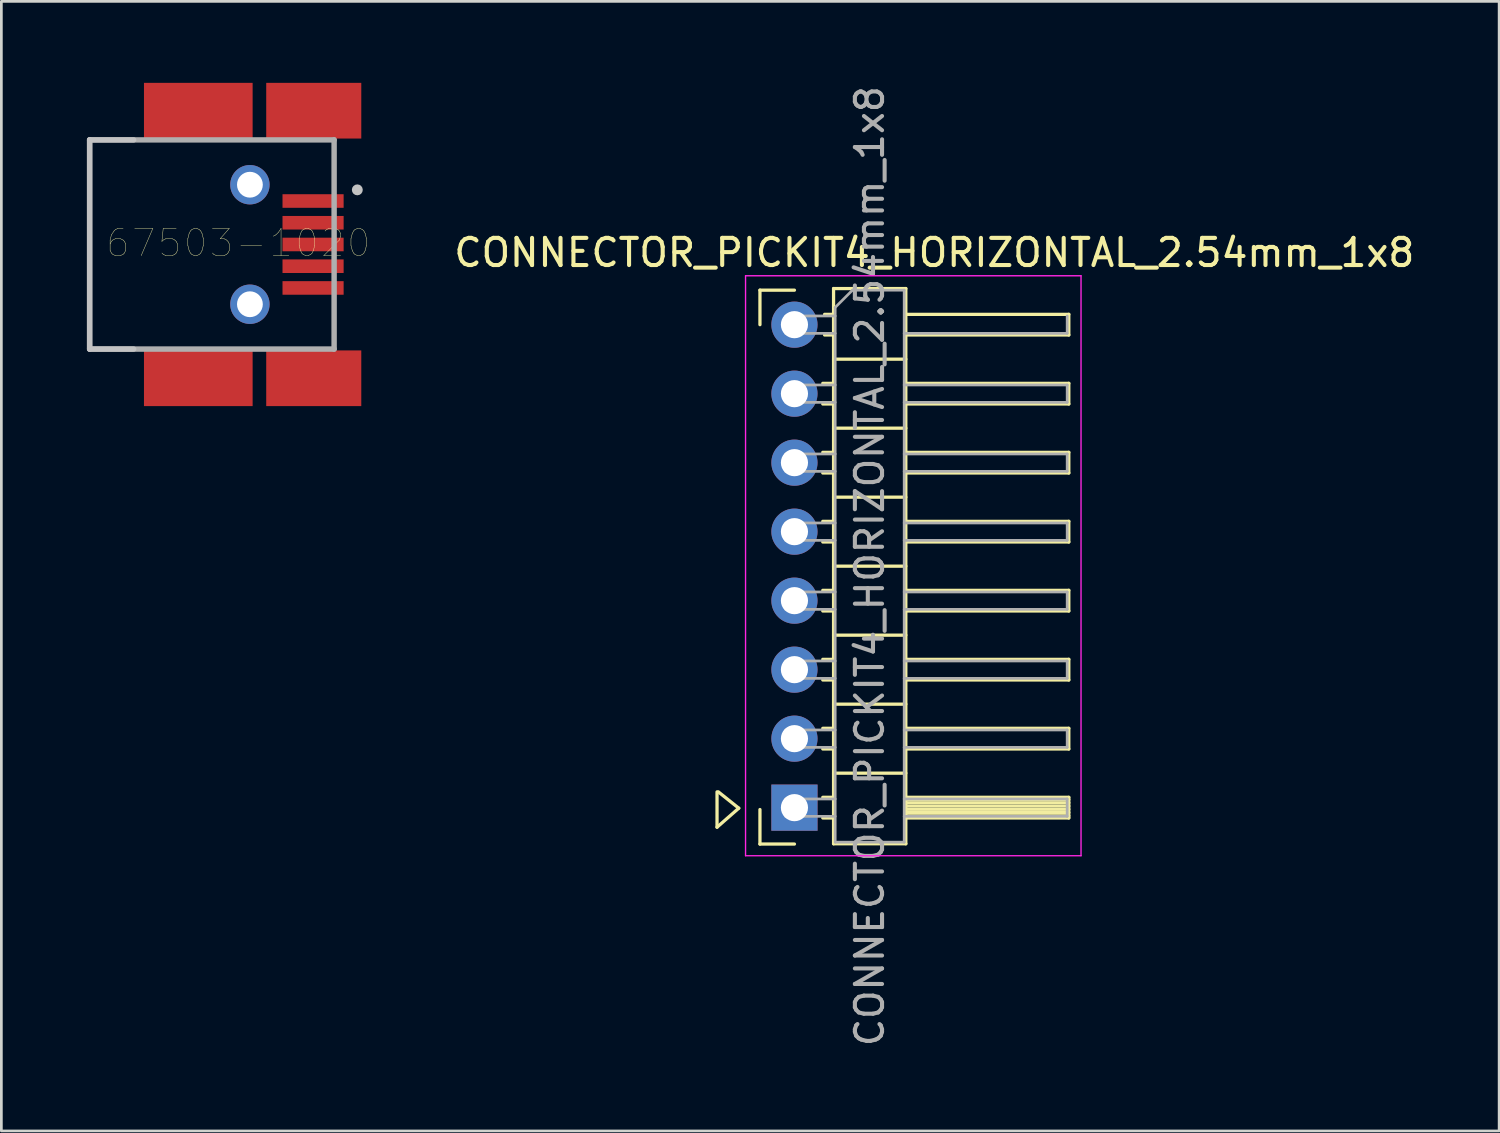
<source format=kicad_pcb>
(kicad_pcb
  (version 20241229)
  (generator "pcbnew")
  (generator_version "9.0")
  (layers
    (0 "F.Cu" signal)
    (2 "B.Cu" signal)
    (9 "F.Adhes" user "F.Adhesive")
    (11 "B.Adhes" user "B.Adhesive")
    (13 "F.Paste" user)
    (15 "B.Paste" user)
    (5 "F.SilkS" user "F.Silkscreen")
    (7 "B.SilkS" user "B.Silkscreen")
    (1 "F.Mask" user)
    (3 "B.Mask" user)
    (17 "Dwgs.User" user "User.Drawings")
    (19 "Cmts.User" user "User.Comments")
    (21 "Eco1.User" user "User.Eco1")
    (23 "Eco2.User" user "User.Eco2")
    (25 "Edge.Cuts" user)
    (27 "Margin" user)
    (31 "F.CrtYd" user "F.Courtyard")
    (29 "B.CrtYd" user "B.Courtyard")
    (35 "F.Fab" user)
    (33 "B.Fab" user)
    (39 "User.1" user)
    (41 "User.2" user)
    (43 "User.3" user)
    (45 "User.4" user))
  (footprint "67503-1020"
    (layer "F.Cu")
    (at 0.25 5.95)
    (property "Reference" "67503-1020" (at 5.473 -0.053 0) (layer "F.SilkS") (effects (font (size 1.001 1.001) (thickness 0.015))))
    (attr through_hole)
    (fp_line (start 0 -3.85) (end 1.62 -3.85) (stroke (width 0.2) (type solid)) (layer "Dwgs.User"))
    (fp_line (start 0 3.85) (end 0 -3.85) (stroke (width 0.2) (type solid)) (layer "Dwgs.User"))
    (fp_line (start 0 3.85) (end 1.62 3.85) (stroke (width 0.2) (type solid)) (layer "Dwgs.User"))
    (fp_circle (center 9.854 -2.011) (end 9.955 -2.011) (stroke (width 0.2) (type solid)) (fill no) (layer "Dwgs.User"))
    (fp_line (start 0 -3.85) (end 9 -3.85) (stroke (width 0.2) (type solid)) (layer "F.Fab"))
    (fp_line (start 0 3.85) (end 0 -3.85) (stroke (width 0.2) (type solid)) (layer "F.Fab"))
    (fp_line (start 9 -3.85) (end 9 3.85) (stroke (width 0.2) (type solid)) (layer "F.Fab"))
    (fp_line (start 9 3.85) (end 0 3.85) (stroke (width 0.2) (type solid)) (layer "F.Fab"))
    (pad "1" smd rect (at 8.225 -1.6) (size 2.25 0.5) (layers "F.Cu" "F.Mask" "F.Paste"))
    (pad "2" smd rect (at 8.225 -0.8) (size 2.25 0.5) (layers "F.Cu" "F.Mask" "F.Paste"))
    (pad "3" smd rect (at 8.225 0) (size 2.25 0.5) (layers "F.Cu" "F.Mask" "F.Paste"))
    (pad "4" smd rect (at 8.225 0.8) (size 2.25 0.5) (layers "F.Cu" "F.Mask" "F.Paste"))
    (pad "5" smd rect (at 8.225 1.6) (size 2.25 0.5) (layers "F.Cu" "F.Mask" "F.Paste"))
    (pad "6" thru_hole circle (at 5.9 -2.2) (size 1.45 1.45) (drill 0.95) (layers "*.Cu" "*.Mask"))
    (pad "7" thru_hole circle (at 5.9 2.2) (size 1.45 1.45) (drill 0.95) (layers "*.Cu" "*.Mask"))
    (pad "8" smd rect (at 4 4.925) (size 4 2.05) (layers "F.Cu" "F.Mask" "F.Paste"))
    (pad "9" smd rect (at 8.25 4.925) (size 3.5 2.05) (layers "F.Cu" "F.Mask" "F.Paste"))
    (pad "10" smd rect (at 8.25 -4.925) (size 3.5 2.05) (layers "F.Cu" "F.Mask" "F.Paste"))
    (pad "11" smd rect (at 4 -4.925) (size 4 2.05) (layers "F.Cu" "F.Mask" "F.Paste")))
  (footprint "CONNECTOR_PICKIT4_HORIZONTAL_2.54mm_1x8"
    (layer "F.Cu")
    (at 34.696 28.952)
    (property "Reference" "CONNECTOR_PICKIT4_HORIZONTAL_2.54mm_1x8" (at -3.35 -22.7 0) (layer "F.SilkS") (effects (font (size 1 1) (thickness 0.15))))
    (attr through_hole)
    (fp_line (start -11.35 -2.85) (end -11.35 -1.55) (stroke (width 0.12) (type solid)) (layer "F.SilkS"))
    (fp_line (start -11.35 -1.55) (end -10.55 -2.25) (stroke (width 0.12) (type solid)) (layer "F.SilkS"))
    (fp_line (start -10.55 -2.25) (end -11.3 -2.85) (stroke (width 0.12) (type solid)) (layer "F.SilkS"))
    (fp_line (start -9.77 -21.32) (end -8.5 -21.32) (stroke (width 0.12) (type solid)) (layer "F.SilkS"))
    (fp_line (start -9.77 -20.05) (end -9.77 -21.32) (stroke (width 0.12) (type solid)) (layer "F.SilkS"))
    (fp_line (start -9.77 -0.93) (end -9.77 -2.2) (stroke (width 0.12) (type solid)) (layer "F.SilkS"))
    (fp_line (start -8.5 -0.93) (end -9.77 -0.93) (stroke (width 0.12) (type solid)) (layer "F.SilkS"))
    (fp_line (start -7.457 -17.89) (end -7.06 -17.89) (stroke (width 0.12) (type solid)) (layer "F.SilkS"))
    (fp_line (start -7.457 -17.13) (end -7.06 -17.13) (stroke (width 0.12) (type solid)) (layer "F.SilkS"))
    (fp_line (start -7.457 -15.35) (end -7.06 -15.35) (stroke (width 0.12) (type solid)) (layer "F.SilkS"))
    (fp_line (start -7.457 -14.59) (end -7.06 -14.59) (stroke (width 0.12) (type solid)) (layer "F.SilkS"))
    (fp_line (start -7.457 -12.81) (end -7.06 -12.81) (stroke (width 0.12) (type solid)) (layer "F.SilkS"))
    (fp_line (start -7.457 -12.05) (end -7.06 -12.05) (stroke (width 0.12) (type solid)) (layer "F.SilkS"))
    (fp_line (start -7.457 -10.27) (end -7.06 -10.27) (stroke (width 0.12) (type solid)) (layer "F.SilkS"))
    (fp_line (start -7.457 -9.51) (end -7.06 -9.51) (stroke (width 0.12) (type solid)) (layer "F.SilkS"))
    (fp_line (start -7.457 -7.73) (end -7.06 -7.73) (stroke (width 0.12) (type solid)) (layer "F.SilkS"))
    (fp_line (start -7.457 -6.97) (end -7.06 -6.97) (stroke (width 0.12) (type solid)) (layer "F.SilkS"))
    (fp_line (start -7.457 -5.19) (end -7.06 -5.19) (stroke (width 0.12) (type solid)) (layer "F.SilkS"))
    (fp_line (start -7.457 -4.43) (end -7.06 -4.43) (stroke (width 0.12) (type solid)) (layer "F.SilkS"))
    (fp_line (start -7.457 -2.65) (end -7.06 -2.65) (stroke (width 0.12) (type solid)) (layer "F.SilkS"))
    (fp_line (start -7.457 -1.89) (end -7.06 -1.89) (stroke (width 0.12) (type solid)) (layer "F.SilkS"))
    (fp_line (start -7.39 -20.43) (end -7.06 -20.43) (stroke (width 0.12) (type solid)) (layer "F.SilkS"))
    (fp_line (start -7.39 -19.67) (end -7.06 -19.67) (stroke (width 0.12) (type solid)) (layer "F.SilkS"))
    (fp_line (start -7.06 -21.38) (end -7.06 -0.94) (stroke (width 0.12) (type solid)) (layer "F.SilkS"))
    (fp_line (start -7.06 -18.78) (end -4.4 -18.78) (stroke (width 0.12) (type solid)) (layer "F.SilkS"))
    (fp_line (start -7.06 -16.24) (end -4.4 -16.24) (stroke (width 0.12) (type solid)) (layer "F.SilkS"))
    (fp_line (start -7.06 -13.7) (end -4.4 -13.7) (stroke (width 0.12) (type solid)) (layer "F.SilkS"))
    (fp_line (start -7.06 -11.16) (end -4.4 -11.16) (stroke (width 0.12) (type solid)) (layer "F.SilkS"))
    (fp_line (start -7.06 -8.62) (end -4.4 -8.62) (stroke (width 0.12) (type solid)) (layer "F.SilkS"))
    (fp_line (start -7.06 -6.08) (end -4.4 -6.08) (stroke (width 0.12) (type solid)) (layer "F.SilkS"))
    (fp_line (start -7.06 -3.54) (end -4.4 -3.54) (stroke (width 0.12) (type solid)) (layer "F.SilkS"))
    (fp_line (start -7.06 -0.94) (end -4.4 -0.94) (stroke (width 0.12) (type solid)) (layer "F.SilkS"))
    (fp_line (start -4.4 -21.38) (end -7.06 -21.38) (stroke (width 0.12) (type solid)) (layer "F.SilkS"))
    (fp_line (start -4.4 -20.43) (end 1.6 -20.43) (stroke (width 0.12) (type solid)) (layer "F.SilkS"))
    (fp_line (start -4.4 -17.89) (end 1.6 -17.89) (stroke (width 0.12) (type solid)) (layer "F.SilkS"))
    (fp_line (start -4.4 -15.35) (end 1.6 -15.35) (stroke (width 0.12) (type solid)) (layer "F.SilkS"))
    (fp_line (start -4.4 -12.81) (end 1.6 -12.81) (stroke (width 0.12) (type solid)) (layer "F.SilkS"))
    (fp_line (start -4.4 -10.27) (end 1.6 -10.27) (stroke (width 0.12) (type solid)) (layer "F.SilkS"))
    (fp_line (start -4.4 -7.73) (end 1.6 -7.73) (stroke (width 0.12) (type solid)) (layer "F.SilkS"))
    (fp_line (start -4.4 -5.19) (end 1.6 -5.19) (stroke (width 0.12) (type solid)) (layer "F.SilkS"))
    (fp_line (start -4.4 -2.65) (end 1.6 -2.65) (stroke (width 0.12) (type solid)) (layer "F.SilkS"))
    (fp_line (start -4.4 -2.57) (end 1.6 -2.57) (stroke (width 0.12) (type solid)) (layer "F.SilkS"))
    (fp_line (start -4.4 -2.45) (end 1.6 -2.45) (stroke (width 0.12) (type solid)) (layer "F.SilkS"))
    (fp_line (start -4.4 -2.33) (end 1.6 -2.33) (stroke (width 0.12) (type solid)) (layer "F.SilkS"))
    (fp_line (start -4.4 -2.21) (end 1.6 -2.21) (stroke (width 0.12) (type solid)) (layer "F.SilkS"))
    (fp_line (start -4.4 -2.09) (end 1.6 -2.09) (stroke (width 0.12) (type solid)) (layer "F.SilkS"))
    (fp_line (start -4.4 -1.97) (end 1.6 -1.97) (stroke (width 0.12) (type solid)) (layer "F.SilkS"))
    (fp_line (start -4.4 -0.94) (end -4.4 -21.38) (stroke (width 0.12) (type solid)) (layer "F.SilkS"))
    (fp_line (start 1.6 -20.43) (end 1.6 -19.67) (stroke (width 0.12) (type solid)) (layer "F.SilkS"))
    (fp_line (start 1.6 -19.67) (end -4.4 -19.67) (stroke (width 0.12) (type solid)) (layer "F.SilkS"))
    (fp_line (start 1.6 -17.89) (end 1.6 -17.13) (stroke (width 0.12) (type solid)) (layer "F.SilkS"))
    (fp_line (start 1.6 -17.13) (end -4.4 -17.13) (stroke (width 0.12) (type solid)) (layer "F.SilkS"))
    (fp_line (start 1.6 -15.35) (end 1.6 -14.59) (stroke (width 0.12) (type solid)) (layer "F.SilkS"))
    (fp_line (start 1.6 -14.59) (end -4.4 -14.59) (stroke (width 0.12) (type solid)) (layer "F.SilkS"))
    (fp_line (start 1.6 -12.81) (end 1.6 -12.05) (stroke (width 0.12) (type solid)) (layer "F.SilkS"))
    (fp_line (start 1.6 -12.05) (end -4.4 -12.05) (stroke (width 0.12) (type solid)) (layer "F.SilkS"))
    (fp_line (start 1.6 -10.27) (end 1.6 -9.51) (stroke (width 0.12) (type solid)) (layer "F.SilkS"))
    (fp_line (start 1.6 -9.51) (end -4.4 -9.51) (stroke (width 0.12) (type solid)) (layer "F.SilkS"))
    (fp_line (start 1.6 -7.73) (end 1.6 -6.97) (stroke (width 0.12) (type solid)) (layer "F.SilkS"))
    (fp_line (start 1.6 -6.97) (end -4.4 -6.97) (stroke (width 0.12) (type solid)) (layer "F.SilkS"))
    (fp_line (start 1.6 -5.19) (end 1.6 -4.43) (stroke (width 0.12) (type solid)) (layer "F.SilkS"))
    (fp_line (start 1.6 -4.43) (end -4.4 -4.43) (stroke (width 0.12) (type solid)) (layer "F.SilkS"))
    (fp_line (start 1.6 -2.65) (end 1.6 -1.89) (stroke (width 0.12) (type solid)) (layer "F.SilkS"))
    (fp_line (start 1.6 -1.89) (end -4.4 -1.89) (stroke (width 0.12) (type solid)) (layer "F.SilkS"))
    (fp_line (start -10.3 -21.85) (end -10.3 -0.5) (stroke (width 0.05) (type solid)) (layer "F.CrtYd"))
    (fp_line (start -10.3 -0.5) (end 2.05 -0.5) (stroke (width 0.05) (type solid)) (layer "F.CrtYd"))
    (fp_line (start 2.05 -21.85) (end -10.3 -21.85) (stroke (width 0.05) (type solid)) (layer "F.CrtYd"))
    (fp_line (start 2.05 -0.5) (end 2.05 -21.85) (stroke (width 0.05) (type solid)) (layer "F.CrtYd"))
    (fp_line (start -8.82 -20.37) (end -8.82 -19.73) (stroke (width 0.1) (type solid)) (layer "F.Fab"))
    (fp_line (start -8.82 -20.37) (end -7 -20.37) (stroke (width 0.1) (type solid)) (layer "F.Fab"))
    (fp_line (start -8.82 -19.73) (end -7 -19.73) (stroke (width 0.1) (type solid)) (layer "F.Fab"))
    (fp_line (start -8.82 -17.83) (end -8.82 -17.19) (stroke (width 0.1) (type solid)) (layer "F.Fab"))
    (fp_line (start -8.82 -17.83) (end -7 -17.83) (stroke (width 0.1) (type solid)) (layer "F.Fab"))
    (fp_line (start -8.82 -17.19) (end -7 -17.19) (stroke (width 0.1) (type solid)) (layer "F.Fab"))
    (fp_line (start -8.82 -15.29) (end -8.82 -14.65) (stroke (width 0.1) (type solid)) (layer "F.Fab"))
    (fp_line (start -8.82 -15.29) (end -7 -15.29) (stroke (width 0.1) (type solid)) (layer "F.Fab"))
    (fp_line (start -8.82 -14.65) (end -7 -14.65) (stroke (width 0.1) (type solid)) (layer "F.Fab"))
    (fp_line (start -8.82 -12.75) (end -8.82 -12.11) (stroke (width 0.1) (type solid)) (layer "F.Fab"))
    (fp_line (start -8.82 -12.75) (end -7 -12.75) (stroke (width 0.1) (type solid)) (layer "F.Fab"))
    (fp_line (start -8.82 -12.11) (end -7 -12.11) (stroke (width 0.1) (type solid)) (layer "F.Fab"))
    (fp_line (start -8.82 -10.21) (end -8.82 -9.57) (stroke (width 0.1) (type solid)) (layer "F.Fab"))
    (fp_line (start -8.82 -10.21) (end -7 -10.21) (stroke (width 0.1) (type solid)) (layer "F.Fab"))
    (fp_line (start -8.82 -9.57) (end -7 -9.57) (stroke (width 0.1) (type solid)) (layer "F.Fab"))
    (fp_line (start -8.82 -7.67) (end -8.82 -7.03) (stroke (width 0.1) (type solid)) (layer "F.Fab"))
    (fp_line (start -8.82 -7.67) (end -7 -7.67) (stroke (width 0.1) (type solid)) (layer "F.Fab"))
    (fp_line (start -8.82 -7.03) (end -7 -7.03) (stroke (width 0.1) (type solid)) (layer "F.Fab"))
    (fp_line (start -8.82 -5.13) (end -8.82 -4.49) (stroke (width 0.1) (type solid)) (layer "F.Fab"))
    (fp_line (start -8.82 -5.13) (end -7 -5.13) (stroke (width 0.1) (type solid)) (layer "F.Fab"))
    (fp_line (start -8.82 -4.49) (end -7 -4.49) (stroke (width 0.1) (type solid)) (layer "F.Fab"))
    (fp_line (start -8.82 -2.59) (end -8.82 -1.95) (stroke (width 0.1) (type solid)) (layer "F.Fab"))
    (fp_line (start -8.82 -2.59) (end -7 -2.59) (stroke (width 0.1) (type solid)) (layer "F.Fab"))
    (fp_line (start -8.82 -1.95) (end -7 -1.95) (stroke (width 0.1) (type solid)) (layer "F.Fab"))
    (fp_line (start -7 -20.685) (end -6.365 -21.32) (stroke (width 0.1) (type solid)) (layer "F.Fab"))
    (fp_line (start -7 -1) (end -7 -20.685) (stroke (width 0.1) (type solid)) (layer "F.Fab"))
    (fp_line (start -6.365 -21.32) (end -4.46 -21.32) (stroke (width 0.1) (type solid)) (layer "F.Fab"))
    (fp_line (start -4.46 -21.32) (end -4.46 -1) (stroke (width 0.1) (type solid)) (layer "F.Fab"))
    (fp_line (start -4.46 -19.73) (end 1.54 -19.73) (stroke (width 0.1) (type solid)) (layer "F.Fab"))
    (fp_line (start -4.46 -17.83) (end 1.54 -17.83) (stroke (width 0.1) (type solid)) (layer "F.Fab"))
    (fp_line (start -4.46 -17.19) (end 1.54 -17.19) (stroke (width 0.1) (type solid)) (layer "F.Fab"))
    (fp_line (start -4.46 -15.29) (end 1.54 -15.29) (stroke (width 0.1) (type solid)) (layer "F.Fab"))
    (fp_line (start -4.46 -14.65) (end 1.54 -14.65) (stroke (width 0.1) (type solid)) (layer "F.Fab"))
    (fp_line (start -4.46 -12.75) (end 1.54 -12.75) (stroke (width 0.1) (type solid)) (layer "F.Fab"))
    (fp_line (start -4.46 -12.11) (end 1.54 -12.11) (stroke (width 0.1) (type solid)) (layer "F.Fab"))
    (fp_line (start -4.46 -10.21) (end 1.54 -10.21) (stroke (width 0.1) (type solid)) (layer "F.Fab"))
    (fp_line (start -4.46 -9.57) (end 1.54 -9.57) (stroke (width 0.1) (type solid)) (layer "F.Fab"))
    (fp_line (start -4.46 -7.67) (end 1.54 -7.67) (stroke (width 0.1) (type solid)) (layer "F.Fab"))
    (fp_line (start -4.46 -7.03) (end 1.54 -7.03) (stroke (width 0.1) (type solid)) (layer "F.Fab"))
    (fp_line (start -4.46 -5.13) (end 1.54 -5.13) (stroke (width 0.1) (type solid)) (layer "F.Fab"))
    (fp_line (start -4.46 -4.49) (end 1.54 -4.49) (stroke (width 0.1) (type solid)) (layer "F.Fab"))
    (fp_line (start -4.46 -2.59) (end 1.54 -2.59) (stroke (width 0.1) (type solid)) (layer "F.Fab"))
    (fp_line (start -4.46 -1.95) (end 1.54 -1.95) (stroke (width 0.1) (type solid)) (layer "F.Fab"))
    (fp_line (start -4.46 -1) (end -7 -1) (stroke (width 0.1) (type solid)) (layer "F.Fab"))
    (fp_line (start 1.54 -20.37) (end 1.54 -19.73) (stroke (width 0.1) (type solid)) (layer "F.Fab"))
    (fp_line (start 1.54 -17.83) (end 1.54 -17.19) (stroke (width 0.1) (type solid)) (layer "F.Fab"))
    (fp_line (start 1.54 -15.29) (end 1.54 -14.65) (stroke (width 0.1) (type solid)) (layer "F.Fab"))
    (fp_line (start 1.54 -12.75) (end 1.54 -12.11) (stroke (width 0.1) (type solid)) (layer "F.Fab"))
    (fp_line (start 1.54 -10.21) (end 1.54 -9.57) (stroke (width 0.1) (type solid)) (layer "F.Fab"))
    (fp_line (start 1.54 -7.67) (end 1.54 -7.03) (stroke (width 0.1) (type solid)) (layer "F.Fab"))
    (fp_line (start 1.54 -5.13) (end 1.54 -4.49) (stroke (width 0.1) (type solid)) (layer "F.Fab"))
    (fp_line (start 1.54 -2.59) (end 1.54 -1.95) (stroke (width 0.1) (type solid)) (layer "F.Fab"))
    (fp_text user "${REFERENCE}" (at -5.73 -11.16 90) (layer "F.Fab") (effects (font (size 1 1) (thickness 0.15))))
    (pad "1" thru_hole rect (at -8.5 -2.27) (size 1.7 1.7) (drill 1) (layers "*.Cu" "*.Mask"))
    (pad "2" thru_hole oval (at -8.5 -4.81) (size 1.7 1.7) (drill 1) (layers "*.Cu" "*.Mask"))
    (pad "3" thru_hole oval (at -8.5 -7.35) (size 1.7 1.7) (drill 1) (layers "*.Cu" "*.Mask"))
    (pad "4" thru_hole oval (at -8.5 -9.89) (size 1.7 1.7) (drill 1) (layers "*.Cu" "*.Mask"))
    (pad "5" thru_hole oval (at -8.5 -12.43) (size 1.7 1.7) (drill 1) (layers "*.Cu" "*.Mask"))
    (pad "6" thru_hole oval (at -8.5 -14.97) (size 1.7 1.7) (drill 1) (layers "*.Cu" "*.Mask"))
    (pad "7" thru_hole oval (at -8.5 -17.51) (size 1.7 1.7) (drill 1) (layers "*.Cu" "*.Mask"))
    (pad "8" thru_hole circle (at -8.5 -20.05) (size 1.7 1.7) (drill 1) (layers "*.Cu" "*.Mask")))
  (gr_rect
    (start -3 -3)
    (end 52.138 38.583)
    (stroke (width 0.1) (type default))
    (fill no)
    (layer "Edge.Cuts")))
</source>
